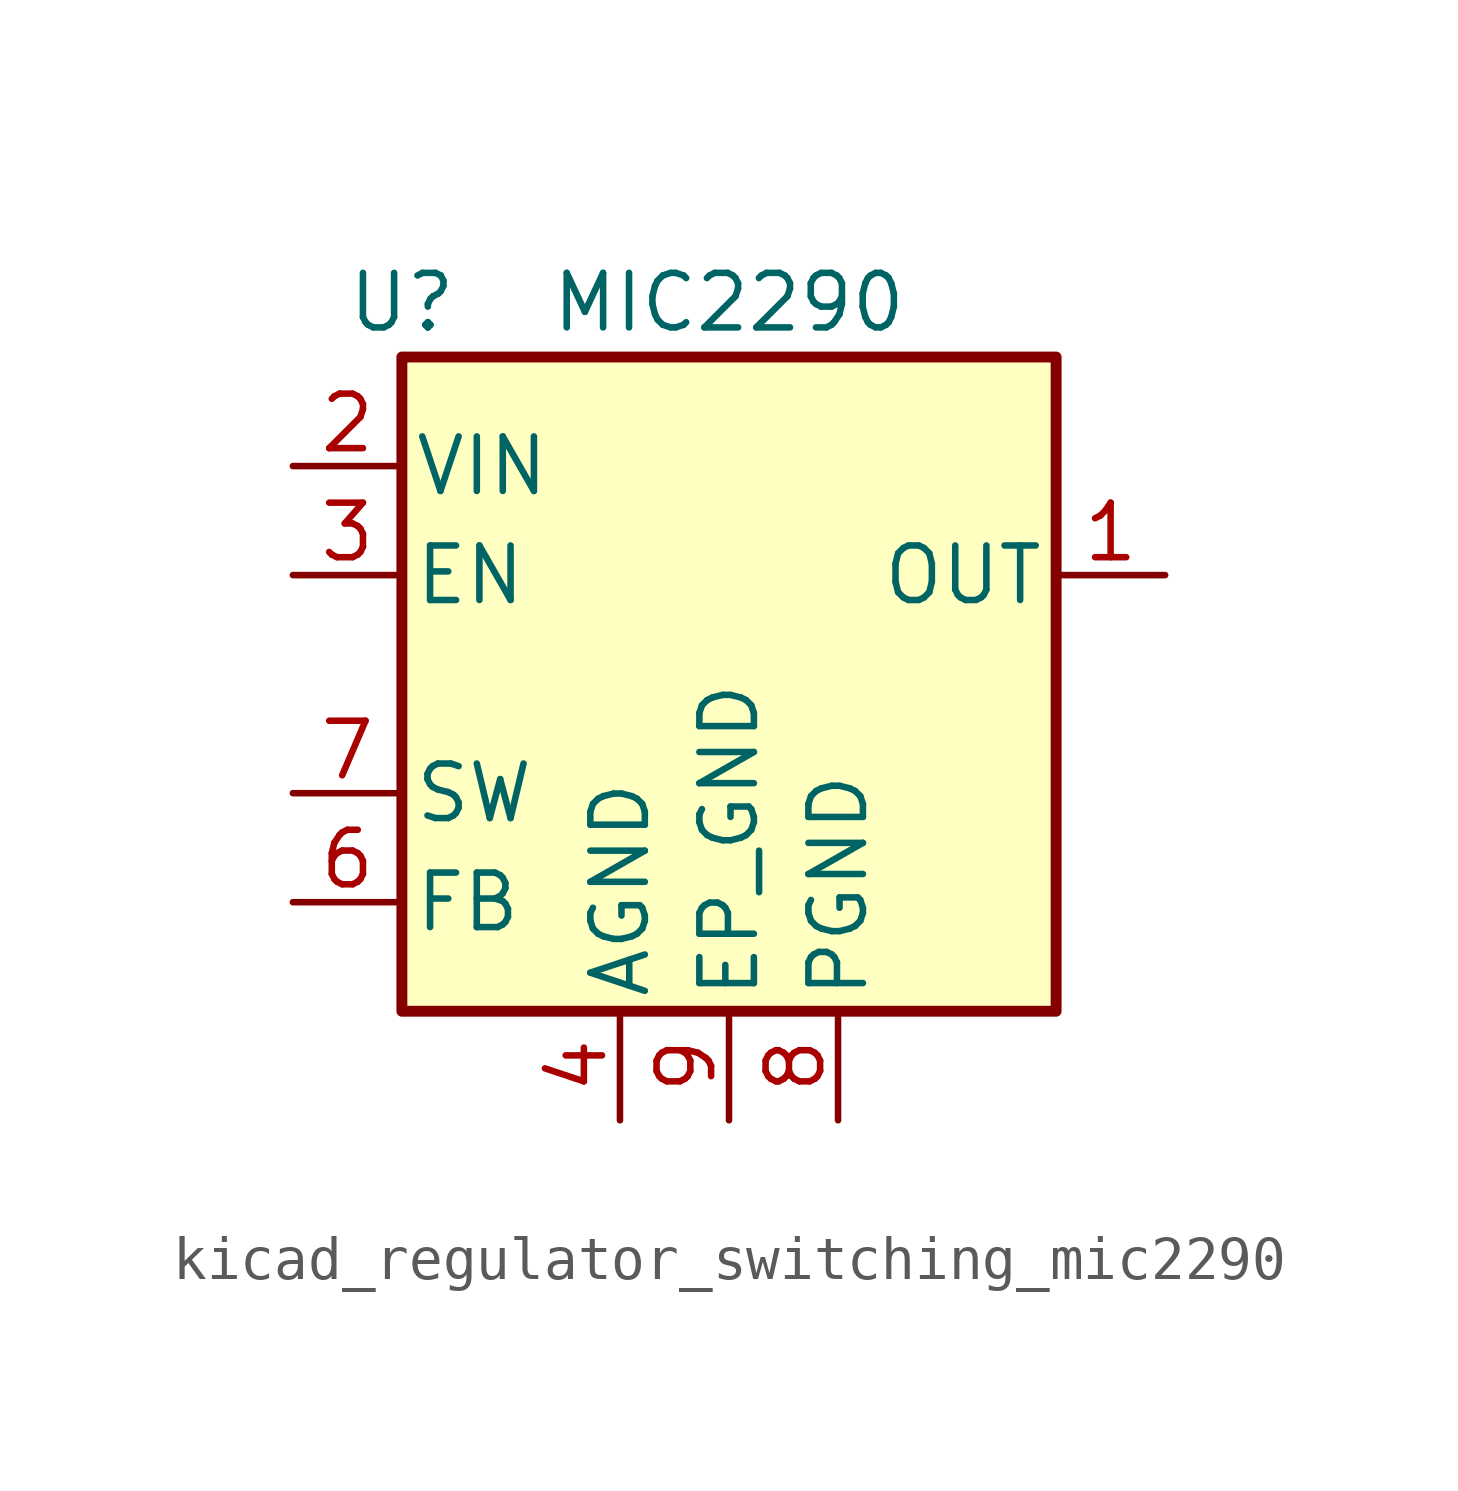
<source format=kicad_sym>
(kicad_symbol_lib
  (version 20220914)
  (generator kicad_symbol_editor)
  (symbol "kicad_regulator_switching_mic2290"
    (pin_names
      (offset 0.254))
    (property "Reference" "U"
      (at -7.62 8.89 0)
      (effects (font (size 1.27 1.27))))
    (property "Value" "MIC2290"
      (at 0 8.89 0)
      (effects (font (size 1.27 1.27))))
    (symbol "kicad_regulator_switching_mic2290_0_1"
      (rectangle (start -7.62 7.62) (end 7.62 -7.62) (stroke (width 0.254) (type default)) (fill (type background))))
    (symbol "kicad_regulator_switching_mic2290_1_1"
      (pin power_out line (at 10.16 2.54 180) (length 2.54) (name "OUT" (effects (font (size 1.27 1.27)))) (number "1" (effects (font (size 1.27 1.27)))))
      (pin power_in line (at -10.16 5.08 0) (length 2.54) (name "VIN" (effects (font (size 1.27 1.27)))) (number "2" (effects (font (size 1.27 1.27)))))
      (pin input line (at -10.16 2.54 0) (length 2.54) (name "EN" (effects (font (size 1.27 1.27)))) (number "3" (effects (font (size 1.27 1.27)))))
      (pin power_in line (at -2.54 -10.16 90) (length 2.54) (name "AGND" (effects (font (size 1.27 1.27)))) (number "4" (effects (font (size 1.27 1.27)))))
      (pin no_connect line (at 5.08 5.08 180) (length 2.54) hide (name "NC" (effects (font (size 1.27 1.27)))) (number "5" (effects (font (size 1.27 1.27)))))
      (pin input line (at -10.16 -5.08 0) (length 2.54) (name "FB" (effects (font (size 1.27 1.27)))) (number "6" (effects (font (size 1.27 1.27)))))
      (pin input line (at -10.16 -2.54 0) (length 2.54) (name "SW" (effects (font (size 1.27 1.27)))) (number "7" (effects (font (size 1.27 1.27)))))
      (pin power_in line (at 2.54 -10.16 90) (length 2.54) (name "PGND" (effects (font (size 1.27 1.27)))) (number "8" (effects (font (size 1.27 1.27)))))
      (pin power_in line (at 0 -10.16 90) (length 2.54) (name "EP_GND" (effects (font (size 1.27 1.27)))) (number "9" (effects (font (size 1.27 1.27))))))))
</source>
